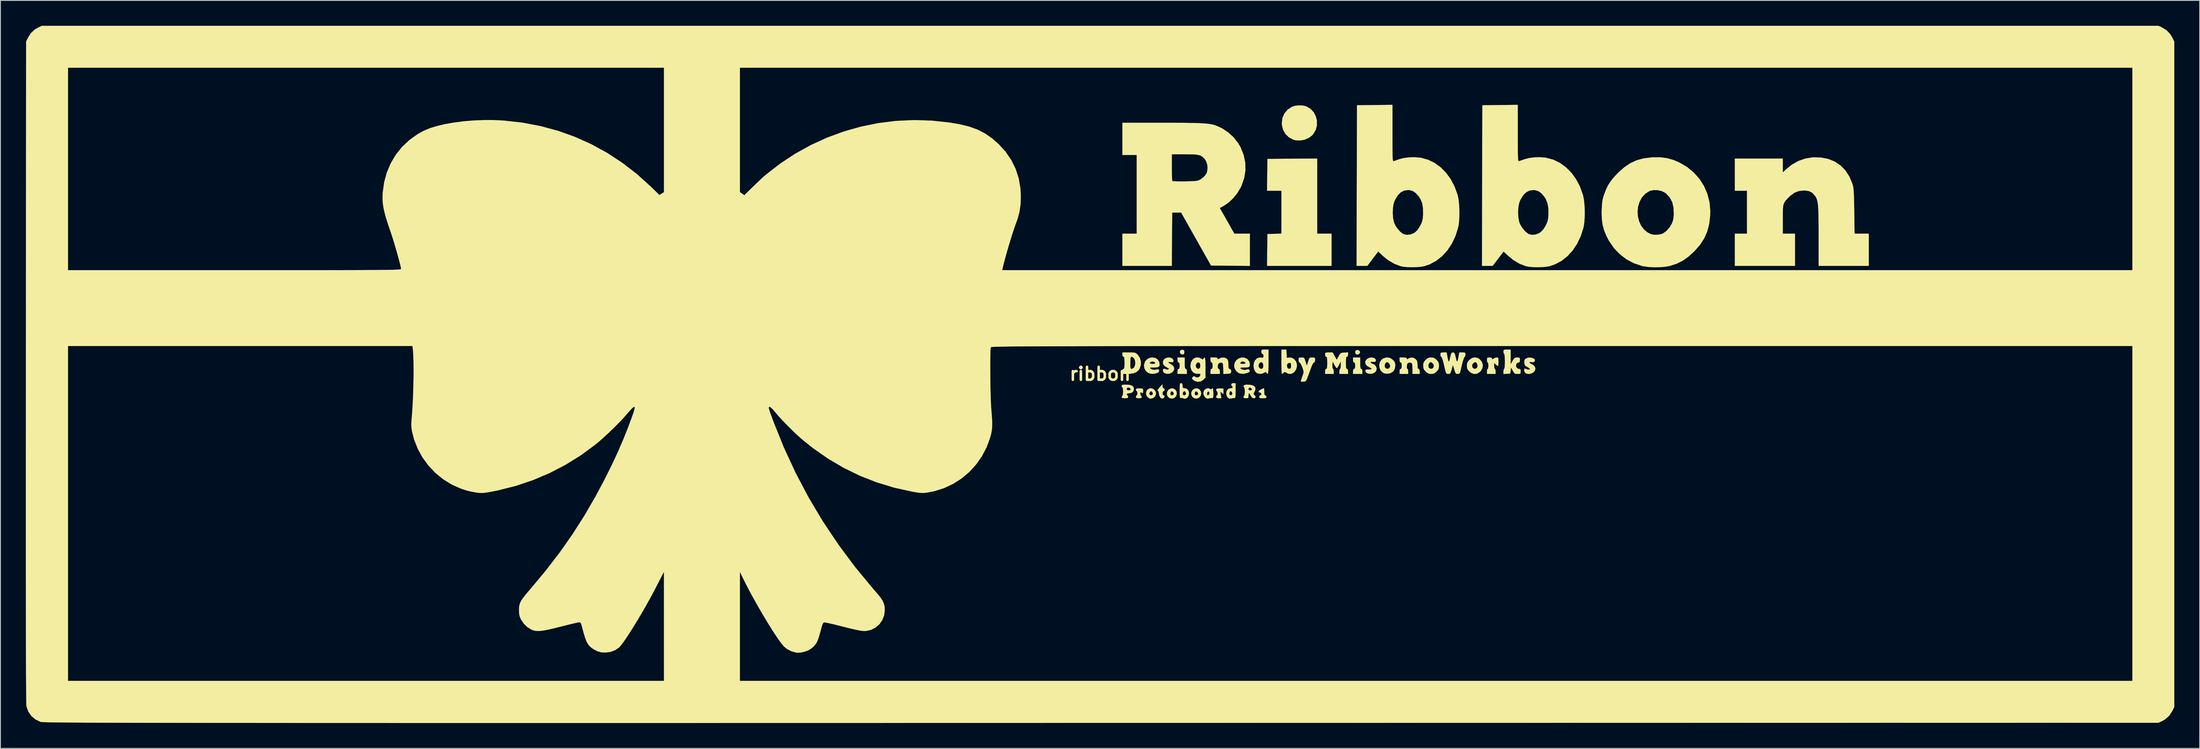
<source format=kicad_pcb>
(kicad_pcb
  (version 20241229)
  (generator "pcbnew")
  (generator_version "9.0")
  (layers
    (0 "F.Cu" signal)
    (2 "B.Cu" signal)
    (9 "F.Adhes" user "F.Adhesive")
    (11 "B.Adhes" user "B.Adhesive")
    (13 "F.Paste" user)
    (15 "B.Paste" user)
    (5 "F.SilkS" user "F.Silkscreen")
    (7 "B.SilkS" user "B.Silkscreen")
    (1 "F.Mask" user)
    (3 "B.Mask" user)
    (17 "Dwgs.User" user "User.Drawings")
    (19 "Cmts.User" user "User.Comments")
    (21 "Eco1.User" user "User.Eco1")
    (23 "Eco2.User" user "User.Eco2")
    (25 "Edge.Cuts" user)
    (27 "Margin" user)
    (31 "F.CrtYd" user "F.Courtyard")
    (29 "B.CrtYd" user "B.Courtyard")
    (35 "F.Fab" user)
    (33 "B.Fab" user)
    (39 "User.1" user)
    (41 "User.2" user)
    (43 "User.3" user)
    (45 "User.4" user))
  (footprint "ribbon"
    (layer "F.Cu")
    (at 126.995 41.195)
    (property "Reference" "ribbon" (at 0 0 0) (layer "F.SilkS") (effects (font (size 1.524 1.524) (thickness 0.3))))
    (attr through_hole)
    (fp_poly (pts (xy 30.593 -2.779) (xy 30.704 -2.641) (xy 30.689 -2.47) (xy 30.655 -2.42) (xy 30.49 -2.309) (xy 30.309 -2.298) (xy 30.182 -2.389) (xy 30.174 -2.408) (xy 30.145 -2.636) (xy 30.237 -2.792) (xy 30.387 -2.836) (xy 30.593 -2.779)) (stroke (width 0.01) (type solid)) (fill yes) (layer "F.SilkS"))
    (fp_poly (pts (xy 9.885 -2.814) (xy 9.944 -2.684) (xy 9.948 -2.582) (xy 9.916 -2.388) (xy 9.802 -2.309) (xy 9.772 -2.303) (xy 9.58 -2.338) (xy 9.489 -2.405) (xy 9.413 -2.596) (xy 9.469 -2.766) (xy 9.628 -2.86) (xy 9.723 -2.862) (xy 9.885 -2.814)) (stroke (width 0.01) (type solid)) (fill yes) (layer "F.SilkS"))
    (fp_poly (pts (xy 25.654 -16.595) (xy 27.347 -16.595) (xy 27.347 -12.785) (xy 19.724 -12.785) (xy 19.747 -14.668) (xy 19.77 -16.552) (xy 20.595 -16.577) (xy 21.421 -16.601) (xy 21.421 -21.675) (xy 19.724 -21.675) (xy 19.747 -23.558) (xy 19.77 -25.442) (xy 25.654 -25.487) (xy 25.654 -16.595)) (stroke (width 0.01) (type solid)) (fill yes) (layer "F.SilkS"))
    (fp_poly (pts (xy 14.139 1.719) (xy 14.563 1.726) (xy 14.563 2.397) (xy 14.382 2.236) (xy 14.201 2.074) (xy 14.26 2.477) (xy 14.319 2.879) (xy 14.018 2.879) (xy 13.811 2.86) (xy 13.727 2.789) (xy 13.716 2.709) (xy 13.751 2.572) (xy 13.801 2.54) (xy 13.865 2.468) (xy 13.885 2.333) (xy 13.854 2.154) (xy 13.801 2.074) (xy 13.728 1.954) (xy 13.716 1.867) (xy 13.742 1.775) (xy 13.849 1.73) (xy 14.075 1.719) (xy 14.139 1.719)) (stroke (width 0.01) (type solid)) (fill yes) (layer "F.SilkS"))
    (fp_poly (pts (xy 9.991 -1.27) (xy 9.997 -0.922) (xy 10.018 -0.714) (xy 10.061 -0.614) (xy 10.118 -0.593) (xy 10.212 -0.528) (xy 10.244 -0.323) (xy 10.245 -0.296) (xy 10.245 0) (xy 9.144 0) (xy 9.144 -0.296) (xy 9.172 -0.516) (xy 9.259 -0.592) (xy 9.271 -0.593) (xy 9.355 -0.643) (xy 9.393 -0.812) (xy 9.398 -0.974) (xy 9.381 -1.225) (xy 9.325 -1.339) (xy 9.271 -1.355) (xy 9.177 -1.419) (xy 9.144 -1.624) (xy 9.144 -1.651) (xy 9.144 -1.947) (xy 9.991 -1.947) (xy 9.991 -1.27)) (stroke (width 0.01) (type solid)) (fill yes) (layer "F.SilkS"))
    (fp_poly (pts (xy 30.734 -1.27) (xy 30.74 -0.922) (xy 30.762 -0.714) (xy 30.805 -0.614) (xy 30.861 -0.593) (xy 30.955 -0.528) (xy 30.988 -0.323) (xy 30.988 -0.296) (xy 30.988 0) (xy 29.887 0) (xy 29.887 -0.296) (xy 29.915 -0.516) (xy 30.003 -0.592) (xy 30.014 -0.593) (xy 30.098 -0.643) (xy 30.136 -0.812) (xy 30.141 -0.974) (xy 30.125 -1.225) (xy 30.068 -1.339) (xy 30.014 -1.355) (xy 29.92 -1.419) (xy 29.888 -1.624) (xy 29.887 -1.651) (xy 29.887 -1.947) (xy 30.734 -1.947) (xy 30.734 -1.27)) (stroke (width 0.01) (type solid)) (fill yes) (layer "F.SilkS"))
    (fp_poly (pts (xy 8.846 1.827) (xy 9.009 2.052) (xy 9.059 2.315) (xy 8.987 2.608) (xy 8.797 2.818) (xy 8.532 2.917) (xy 8.239 2.877) (xy 8.011 2.707) (xy 7.894 2.454) (xy 7.896 2.333) (xy 8.297 2.333) (xy 8.339 2.496) (xy 8.469 2.54) (xy 8.633 2.482) (xy 8.693 2.406) (xy 8.683 2.257) (xy 8.587 2.12) (xy 8.457 2.054) (xy 8.39 2.069) (xy 8.318 2.19) (xy 8.297 2.333) (xy 7.896 2.333) (xy 7.898 2.173) (xy 8.032 1.917) (xy 8.07 1.877) (xy 8.336 1.722) (xy 8.608 1.711) (xy 8.846 1.827)) (stroke (width 0.01) (type solid)) (fill yes) (layer "F.SilkS"))
    (fp_poly (pts (xy 11.725 1.827) (xy 11.888 2.052) (xy 11.938 2.315) (xy 11.865 2.608) (xy 11.676 2.818) (xy 11.411 2.917) (xy 11.118 2.877) (xy 10.89 2.707) (xy 10.773 2.454) (xy 10.775 2.333) (xy 11.176 2.333) (xy 11.217 2.496) (xy 11.348 2.54) (xy 11.512 2.482) (xy 11.571 2.406) (xy 11.562 2.257) (xy 11.466 2.12) (xy 11.335 2.054) (xy 11.269 2.069) (xy 11.197 2.19) (xy 11.176 2.333) (xy 10.775 2.333) (xy 10.777 2.173) (xy 10.911 1.917) (xy 10.949 1.877) (xy 11.214 1.722) (xy 11.487 1.711) (xy 11.725 1.827)) (stroke (width 0.01) (type solid)) (fill yes) (layer "F.SilkS"))
    (fp_poly (pts (xy 23.93 -31.758) (xy 24.334 -31.67) (xy 24.398 -31.644) (xy 24.871 -31.355) (xy 25.236 -30.961) (xy 25.485 -30.491) (xy 25.614 -29.973) (xy 25.617 -29.437) (xy 25.487 -28.912) (xy 25.219 -28.426) (xy 25.073 -28.25) (xy 24.681 -27.941) (xy 24.193 -27.729) (xy 23.662 -27.624) (xy 23.139 -27.64) (xy 22.828 -27.72) (xy 22.305 -27.999) (xy 21.899 -28.393) (xy 21.621 -28.884) (xy 21.485 -29.455) (xy 21.472 -29.708) (xy 21.552 -30.305) (xy 21.783 -30.828) (xy 22.157 -31.267) (xy 22.648 -31.6) (xy 23.015 -31.722) (xy 23.467 -31.775) (xy 23.93 -31.758)) (stroke (width 0.01) (type solid)) (fill yes) (layer "F.SilkS"))
    (fp_poly (pts (xy 7.364 1.46) (xy 7.406 1.646) (xy 7.493 1.693) (xy 7.596 1.764) (xy 7.62 1.863) (xy 7.567 2.001) (xy 7.493 2.032) (xy 7.392 2.108) (xy 7.366 2.286) (xy 7.404 2.488) (xy 7.493 2.54) (xy 7.602 2.593) (xy 7.605 2.713) (xy 7.507 2.842) (xy 7.453 2.878) (xy 7.298 2.917) (xy 7.149 2.83) (xy 7.114 2.796) (xy 6.974 2.548) (xy 6.943 2.328) (xy 6.921 2.132) (xy 6.869 2.035) (xy 6.858 2.032) (xy 6.777 1.983) (xy 6.83 1.837) (xy 7.015 1.601) (xy 7.067 1.544) (xy 7.361 1.228) (xy 7.364 1.46)) (stroke (width 0.01) (type solid)) (fill yes) (layer "F.SilkS"))
    (fp_poly (pts (xy 6.306 1.802) (xy 6.487 1.98) (xy 6.588 2.21) (xy 6.581 2.464) (xy 6.456 2.693) (xy 6.219 2.871) (xy 5.954 2.925) (xy 5.842 2.902) (xy 5.588 2.734) (xy 5.443 2.483) (xy 5.428 2.293) (xy 5.799 2.293) (xy 5.837 2.452) (xy 5.977 2.538) (xy 6.011 2.54) (xy 6.168 2.471) (xy 6.217 2.398) (xy 6.207 2.225) (xy 6.141 2.126) (xy 6.025 2.039) (xy 5.922 2.087) (xy 5.881 2.126) (xy 5.799 2.293) (xy 5.428 2.293) (xy 5.42 2.198) (xy 5.53 1.929) (xy 5.588 1.863) (xy 5.828 1.715) (xy 6.077 1.705) (xy 6.306 1.802)) (stroke (width 0.01) (type solid)) (fill yes) (layer "F.SilkS"))
    (fp_poly (pts (xy 19.372 1.77) (xy 19.386 1.964) (xy 19.389 2.117) (xy 19.402 2.383) (xy 19.449 2.513) (xy 19.516 2.54) (xy 19.619 2.611) (xy 19.643 2.709) (xy 19.62 2.811) (xy 19.526 2.862) (xy 19.317 2.878) (xy 19.219 2.879) (xy 18.965 2.87) (xy 18.839 2.832) (xy 18.798 2.748) (xy 18.796 2.709) (xy 18.849 2.571) (xy 18.923 2.54) (xy 19.026 2.469) (xy 19.05 2.371) (xy 18.99 2.229) (xy 18.881 2.201) (xy 18.737 2.162) (xy 18.727 2.064) (xy 18.841 1.937) (xy 19.011 1.836) (xy 19.211 1.745) (xy 19.336 1.696) (xy 19.349 1.693) (xy 19.372 1.77)) (stroke (width 0.01) (type solid)) (fill yes) (layer "F.SilkS"))
    (fp_poly (pts (xy 4.657 1.713) (xy 4.907 1.723) (xy 5.032 1.761) (xy 5.075 1.856) (xy 5.08 2.004) (xy 5.056 2.22) (xy 4.979 2.278) (xy 4.843 2.184) (xy 4.769 2.145) (xy 4.743 2.247) (xy 4.741 2.306) (xy 4.77 2.492) (xy 4.826 2.582) (xy 4.904 2.705) (xy 4.911 2.757) (xy 4.848 2.843) (xy 4.646 2.877) (xy 4.572 2.879) (xy 4.35 2.864) (xy 4.253 2.807) (xy 4.233 2.709) (xy 4.269 2.572) (xy 4.318 2.54) (xy 4.377 2.466) (xy 4.403 2.289) (xy 4.403 2.286) (xy 4.378 2.108) (xy 4.319 2.032) (xy 4.318 2.032) (xy 4.249 1.961) (xy 4.233 1.867) (xy 4.256 1.769) (xy 4.351 1.722) (xy 4.56 1.711) (xy 4.657 1.713)) (stroke (width 0.01) (type solid)) (fill yes) (layer "F.SilkS"))
    (fp_poly (pts (xy 34.22 -1.905) (xy 34.557 -1.696) (xy 34.595 -1.659) (xy 34.78 -1.445) (xy 34.864 -1.241) (xy 34.883 -0.983) (xy 34.812 -0.58) (xy 34.61 -0.275) (xy 34.289 -0.085) (xy 34.033 -0.031) (xy 33.673 -0.042) (xy 33.428 -0.14) (xy 33.164 -0.397) (xy 33.017 -0.723) (xy 33.005 -0.862) (xy 33.628 -0.862) (xy 33.714 -0.694) (xy 33.912 -0.599) (xy 34.12 -0.645) (xy 34.201 -0.715) (xy 34.278 -0.924) (xy 34.224 -1.153) (xy 34.067 -1.328) (xy 33.915 -1.402) (xy 33.8 -1.357) (xy 33.75 -1.31) (xy 33.634 -1.1) (xy 33.628 -0.862) (xy 33.005 -0.862) (xy 32.987 -1.077) (xy 33.073 -1.416) (xy 33.274 -1.699) (xy 33.457 -1.828) (xy 33.849 -1.949) (xy 34.22 -1.905)) (stroke (width 0.01) (type solid)) (fill yes) (layer "F.SilkS"))
    (fp_poly (pts (xy 13.327 1.759) (xy 13.367 1.987) (xy 13.377 2.277) (xy 13.374 2.584) (xy 13.354 2.758) (xy 13.307 2.836) (xy 13.221 2.854) (xy 13.187 2.853) (xy 12.946 2.875) (xy 12.807 2.909) (xy 12.633 2.92) (xy 12.454 2.807) (xy 12.405 2.761) (xy 12.234 2.491) (xy 12.213 2.315) (xy 12.63 2.315) (xy 12.631 2.484) (xy 12.704 2.531) (xy 12.757 2.525) (xy 12.885 2.424) (xy 12.912 2.285) (xy 12.869 2.114) (xy 12.774 2.074) (xy 12.677 2.158) (xy 12.63 2.315) (xy 12.213 2.315) (xy 12.2 2.196) (xy 12.306 1.927) (xy 12.361 1.863) (xy 12.58 1.728) (xy 12.82 1.7) (xy 13.012 1.785) (xy 13.114 1.832) (xy 13.161 1.785) (xy 13.258 1.691) (xy 13.327 1.759)) (stroke (width 0.01) (type solid)) (fill yes) (layer "F.SilkS"))
    (fp_poly (pts (xy 44.669 -1.862) (xy 44.866 -1.729) (xy 45.123 -1.416) (xy 45.228 -1.06) (xy 45.183 -0.693) (xy 44.986 -0.349) (xy 44.874 -0.233) (xy 44.544 -0.031) (xy 44.196 0.008) (xy 43.852 -0.116) (xy 43.637 -0.288) (xy 43.452 -0.501) (xy 43.369 -0.703) (xy 43.349 -0.974) (xy 43.353 -1.023) (xy 43.957 -1.023) (xy 43.986 -0.796) (xy 44.119 -0.644) (xy 44.305 -0.594) (xy 44.498 -0.676) (xy 44.518 -0.694) (xy 44.61 -0.892) (xy 44.589 -1.131) (xy 44.482 -1.31) (xy 44.359 -1.399) (xy 44.231 -1.368) (xy 44.165 -1.328) (xy 44.013 -1.164) (xy 43.957 -1.023) (xy 43.353 -1.023) (xy 43.37 -1.25) (xy 43.455 -1.451) (xy 43.637 -1.659) (xy 43.967 -1.89) (xy 44.318 -1.958) (xy 44.669 -1.862)) (stroke (width 0.01) (type solid)) (fill yes) (layer "F.SilkS"))
    (fp_poly (pts (xy 8.376 -1.899) (xy 8.577 -1.774) (xy 8.666 -1.602) (xy 8.66 -1.523) (xy 8.602 -1.41) (xy 8.476 -1.384) (xy 8.329 -1.405) (xy 8.117 -1.421) (xy 8.054 -1.373) (xy 8.138 -1.276) (xy 8.342 -1.159) (xy 8.62 -0.959) (xy 8.747 -0.715) (xy 8.718 -0.453) (xy 8.529 -0.202) (xy 8.487 -0.167) (xy 8.196 -0.031) (xy 7.867 -0.013) (xy 7.575 -0.118) (xy 7.565 -0.124) (xy 7.45 -0.262) (xy 7.413 -0.424) (xy 7.445 -0.559) (xy 7.542 -0.614) (xy 7.624 -0.591) (xy 7.818 -0.524) (xy 8.004 -0.514) (xy 8.117 -0.559) (xy 8.128 -0.592) (xy 8.057 -0.675) (xy 7.883 -0.776) (xy 7.831 -0.799) (xy 7.561 -0.98) (xy 7.426 -1.215) (xy 7.417 -1.465) (xy 7.524 -1.696) (xy 7.739 -1.868) (xy 8.053 -1.946) (xy 8.104 -1.947) (xy 8.376 -1.899)) (stroke (width 0.01) (type solid)) (fill yes) (layer "F.SilkS"))
    (fp_poly (pts (xy 32.314 -1.906) (xy 32.502 -1.802) (xy 32.587 -1.639) (xy 32.583 -1.561) (xy 32.531 -1.455) (xy 32.401 -1.419) (xy 32.217 -1.427) (xy 32.011 -1.438) (xy 31.944 -1.413) (xy 31.985 -1.335) (xy 31.997 -1.321) (xy 32.141 -1.209) (xy 32.226 -1.185) (xy 32.408 -1.112) (xy 32.571 -0.93) (xy 32.67 -0.699) (xy 32.681 -0.599) (xy 32.607 -0.337) (xy 32.41 -0.142) (xy 32.13 -0.03) (xy 31.807 -0.018) (xy 31.513 -0.105) (xy 31.36 -0.248) (xy 31.344 -0.375) (xy 31.384 -0.485) (xy 31.492 -0.528) (xy 31.717 -0.524) (xy 31.729 -0.523) (xy 31.977 -0.531) (xy 32.083 -0.587) (xy 32.037 -0.676) (xy 31.856 -0.77) (xy 31.542 -0.947) (xy 31.362 -1.174) (xy 31.325 -1.422) (xy 31.438 -1.664) (xy 31.55 -1.772) (xy 31.795 -1.899) (xy 32.064 -1.941) (xy 32.314 -1.906)) (stroke (width 0.01) (type solid)) (fill yes) (layer "F.SilkS"))
    (fp_poly (pts (xy 39.375 -1.921) (xy 39.581 -1.819) (xy 39.759 -1.659) (xy 39.944 -1.446) (xy 40.028 -1.244) (xy 40.047 -0.974) (xy 40.027 -0.698) (xy 39.941 -0.496) (xy 39.759 -0.288) (xy 39.538 -0.099) (xy 39.328 -0.015) (xy 39.116 0) (xy 38.857 -0.026) (xy 38.651 -0.129) (xy 38.473 -0.288) (xy 38.288 -0.501) (xy 38.204 -0.703) (xy 38.193 -0.862) (xy 38.792 -0.862) (xy 38.879 -0.694) (xy 39.076 -0.599) (xy 39.285 -0.645) (xy 39.366 -0.715) (xy 39.443 -0.924) (xy 39.389 -1.153) (xy 39.232 -1.328) (xy 39.08 -1.402) (xy 38.965 -1.357) (xy 38.914 -1.31) (xy 38.799 -1.1) (xy 38.792 -0.862) (xy 38.193 -0.862) (xy 38.185 -0.974) (xy 38.205 -1.25) (xy 38.291 -1.451) (xy 38.473 -1.659) (xy 38.694 -1.848) (xy 38.904 -1.932) (xy 39.116 -1.947) (xy 39.375 -1.921)) (stroke (width 0.01) (type solid)) (fill yes) (layer "F.SilkS"))
    (fp_poly (pts (xy 16.002 1.981) (xy 16 2.374) (xy 15.991 2.628) (xy 15.968 2.773) (xy 15.924 2.839) (xy 15.853 2.856) (xy 15.812 2.856) (xy 15.599 2.874) (xy 15.494 2.901) (xy 15.303 2.919) (xy 15.24 2.905) (xy 15.026 2.743) (xy 14.915 2.459) (xy 14.911 2.415) (xy 15.266 2.415) (xy 15.282 2.455) (xy 15.409 2.537) (xy 15.551 2.491) (xy 15.613 2.402) (xy 15.609 2.238) (xy 15.518 2.087) (xy 15.405 2.032) (xy 15.325 2.103) (xy 15.27 2.258) (xy 15.266 2.415) (xy 14.911 2.415) (xy 14.901 2.283) (xy 14.966 1.971) (xy 15.147 1.768) (xy 15.429 1.693) (xy 15.437 1.693) (xy 15.618 1.652) (xy 15.663 1.566) (xy 15.618 1.454) (xy 15.579 1.439) (xy 15.51 1.368) (xy 15.494 1.27) (xy 15.534 1.146) (xy 15.682 1.102) (xy 15.748 1.101) (xy 16.002 1.101) (xy 16.002 1.981)) (stroke (width 0.01) (type solid)) (fill yes) (layer "F.SilkS"))
    (fp_poly (pts (xy 50.975 -1.917) (xy 51.177 -1.849) (xy 51.347 -1.75) (xy 51.384 -1.634) (xy 51.341 -1.487) (xy 51.259 -1.397) (xy 51.084 -1.391) (xy 51.002 -1.404) (xy 50.788 -1.418) (xy 50.721 -1.366) (xy 50.804 -1.271) (xy 50.976 -1.183) (xy 51.203 -1.044) (xy 51.367 -0.876) (xy 51.444 -0.634) (xy 51.385 -0.402) (xy 51.22 -0.203) (xy 50.981 -0.06) (xy 50.701 0.006) (xy 50.41 -0.029) (xy 50.271 -0.091) (xy 50.154 -0.246) (xy 50.123 -0.431) (xy 50.136 -0.6) (xy 50.197 -0.635) (xy 50.286 -0.596) (xy 50.485 -0.526) (xy 50.673 -0.513) (xy 50.788 -0.558) (xy 50.8 -0.592) (xy 50.73 -0.677) (xy 50.556 -0.788) (xy 50.483 -0.825) (xy 50.274 -0.943) (xy 50.177 -1.082) (xy 50.14 -1.315) (xy 50.139 -1.326) (xy 50.141 -1.575) (xy 50.209 -1.728) (xy 50.306 -1.812) (xy 50.616 -1.932) (xy 50.975 -1.917)) (stroke (width 0.01) (type solid)) (fill yes) (layer "F.SilkS"))
    (fp_poly (pts (xy 22.056 -1.905) (xy 22.36 -1.932) (xy 22.634 -1.911) (xy 22.88 -1.776) (xy 22.929 -1.736) (xy 23.148 -1.469) (xy 23.248 -1.164) (xy 23.246 -0.846) (xy 23.156 -0.544) (xy 22.994 -0.284) (xy 22.775 -0.094) (xy 22.515 -0.001) (xy 22.228 -0.031) (xy 22.027 -0.135) (xy 21.875 -0.223) (xy 21.766 -0.203) (xy 21.684 -0.135) (xy 21.546 -0.03) (xy 21.477 0) (xy 21.459 -0.08) (xy 21.443 -0.302) (xy 21.43 -0.638) (xy 21.423 -1.061) (xy 21.423 -1.064) (xy 22.077 -1.064) (xy 22.095 -0.816) (xy 22.108 -0.777) (xy 22.221 -0.626) (xy 22.373 -0.608) (xy 22.498 -0.652) (xy 22.553 -0.77) (xy 22.564 -0.974) (xy 22.552 -1.192) (xy 22.497 -1.289) (xy 22.371 -1.312) (xy 22.362 -1.312) (xy 22.172 -1.243) (xy 22.077 -1.064) (xy 21.423 -1.064) (xy 21.421 -1.439) (xy 21.421 -2.879) (xy 22.005 -2.879) (xy 22.056 -1.905)) (stroke (width 0.01) (type solid)) (fill yes) (layer "F.SilkS"))
    (fp_poly (pts (xy 9.684 1.134) (xy 9.731 1.263) (xy 9.737 1.397) (xy 9.751 1.596) (xy 9.823 1.678) (xy 9.978 1.693) (xy 10.249 1.766) (xy 10.43 1.97) (xy 10.499 2.28) (xy 10.499 2.298) (xy 10.444 2.592) (xy 10.3 2.811) (xy 10.102 2.927) (xy 9.882 2.91) (xy 9.821 2.879) (xy 9.635 2.832) (xy 9.546 2.844) (xy 9.48 2.85) (xy 9.437 2.801) (xy 9.412 2.669) (xy 9.401 2.427) (xy 9.4 2.261) (xy 9.763 2.261) (xy 9.765 2.425) (xy 9.779 2.455) (xy 9.902 2.534) (xy 9.948 2.54) (xy 10.091 2.486) (xy 10.118 2.455) (xy 10.141 2.301) (xy 10.082 2.134) (xy 9.976 2.036) (xy 9.948 2.032) (xy 9.835 2.103) (xy 9.763 2.261) (xy 9.4 2.261) (xy 9.398 2.045) (xy 9.398 1.995) (xy 9.4 1.597) (xy 9.41 1.339) (xy 9.434 1.19) (xy 9.477 1.12) (xy 9.545 1.101) (xy 9.567 1.101) (xy 9.684 1.134)) (stroke (width 0.01) (type solid)) (fill yes) (layer "F.SilkS"))
    (fp_poly (pts (xy 46.989 -1.934) (xy 47.047 -1.867) (xy 47.07 -1.707) (xy 47.075 -1.439) (xy 47.066 -1.171) (xy 47.043 -0.987) (xy 47.017 -0.931) (xy 46.92 -0.984) (xy 46.768 -1.11) (xy 46.763 -1.115) (xy 46.567 -1.3) (xy 46.567 -0.946) (xy 46.585 -0.729) (xy 46.63 -0.604) (xy 46.651 -0.593) (xy 46.707 -0.518) (xy 46.735 -0.335) (xy 46.736 -0.296) (xy 46.736 0) (xy 45.72 0) (xy 45.72 -0.296) (xy 45.741 -0.492) (xy 45.794 -0.59) (xy 45.805 -0.593) (xy 45.855 -0.668) (xy 45.885 -0.86) (xy 45.889 -0.974) (xy 45.873 -1.201) (xy 45.83 -1.337) (xy 45.805 -1.355) (xy 45.749 -1.429) (xy 45.721 -1.612) (xy 45.72 -1.651) (xy 45.733 -1.85) (xy 45.807 -1.931) (xy 45.994 -1.947) (xy 46.016 -1.947) (xy 46.232 -1.921) (xy 46.311 -1.836) (xy 46.313 -1.816) (xy 46.328 -1.731) (xy 46.404 -1.751) (xy 46.501 -1.816) (xy 46.717 -1.918) (xy 46.882 -1.947) (xy 46.989 -1.934)) (stroke (width 0.01) (type solid)) (fill yes) (layer "F.SilkS"))
    (fp_poly (pts (xy 3.505 1.303) (xy 3.792 1.406) (xy 3.946 1.585) (xy 3.979 1.777) (xy 3.912 2.057) (xy 3.716 2.23) (xy 3.423 2.286) (xy 3.206 2.315) (xy 3.133 2.406) (xy 3.133 2.413) (xy 3.178 2.526) (xy 3.217 2.54) (xy 3.286 2.611) (xy 3.302 2.709) (xy 3.277 2.815) (xy 3.174 2.865) (xy 2.948 2.879) (xy 2.921 2.879) (xy 2.666 2.861) (xy 2.552 2.802) (xy 2.54 2.757) (xy 2.592 2.613) (xy 2.625 2.582) (xy 2.672 2.475) (xy 2.703 2.254) (xy 2.709 2.069) (xy 2.695 1.816) (xy 2.687 1.778) (xy 3.133 1.778) (xy 3.186 1.914) (xy 3.33 1.947) (xy 3.505 1.928) (xy 3.578 1.897) (xy 3.607 1.779) (xy 3.517 1.666) (xy 3.354 1.609) (xy 3.335 1.609) (xy 3.174 1.652) (xy 3.133 1.778) (xy 2.687 1.778) (xy 2.659 1.649) (xy 2.625 1.609) (xy 2.556 1.538) (xy 2.54 1.439) (xy 2.558 1.346) (xy 2.636 1.295) (xy 2.814 1.274) (xy 3.071 1.27) (xy 3.505 1.303)) (stroke (width 0.01) (type solid)) (fill yes) (layer "F.SilkS"))
    (fp_poly (pts (xy 6.52 -1.882) (xy 6.784 -1.715) (xy 6.957 -1.451) (xy 6.985 -1.356) (xy 7.023 -1.073) (xy 6.973 -0.895) (xy 6.81 -0.799) (xy 6.513 -0.764) (xy 6.368 -0.762) (xy 6.073 -0.759) (xy 5.92 -0.743) (xy 5.881 -0.706) (xy 5.93 -0.638) (xy 5.945 -0.623) (xy 6.164 -0.508) (xy 6.463 -0.48) (xy 6.742 -0.534) (xy 6.892 -0.549) (xy 6.966 -0.428) (xy 6.968 -0.419) (xy 6.937 -0.259) (xy 6.777 -0.132) (xy 6.53 -0.047) (xy 6.235 -0.012) (xy 5.931 -0.037) (xy 5.658 -0.13) (xy 5.653 -0.133) (xy 5.372 -0.373) (xy 5.213 -0.698) (xy 5.185 -1.068) (xy 5.263 -1.326) (xy 5.863 -1.326) (xy 5.875 -1.24) (xy 6.043 -1.192) (xy 6.181 -1.185) (xy 6.393 -1.203) (xy 6.511 -1.249) (xy 6.519 -1.267) (xy 6.447 -1.389) (xy 6.279 -1.464) (xy 6.084 -1.466) (xy 6.011 -1.439) (xy 5.863 -1.326) (xy 5.263 -1.326) (xy 5.298 -1.44) (xy 5.334 -1.505) (xy 5.572 -1.763) (xy 5.875 -1.909) (xy 6.204 -1.948) (xy 6.52 -1.882)) (stroke (width 0.01) (type solid)) (fill yes) (layer "F.SilkS"))
    (fp_poly (pts (xy 17.031 -1.929) (xy 17.345 -1.788) (xy 17.448 -1.7) (xy 17.651 -1.398) (xy 17.69 -1.071) (xy 17.644 -0.896) (xy 17.572 -0.819) (xy 17.407 -0.777) (xy 17.115 -0.762) (xy 17.041 -0.762) (xy 16.748 -0.757) (xy 16.596 -0.736) (xy 16.559 -0.693) (xy 16.588 -0.643) (xy 16.805 -0.502) (xy 17.095 -0.463) (xy 17.323 -0.511) (xy 17.513 -0.557) (xy 17.616 -0.501) (xy 17.624 -0.49) (xy 17.685 -0.347) (xy 17.633 -0.243) (xy 17.443 -0.14) (xy 17.402 -0.123) (xy 16.968 -0.014) (xy 16.551 -0.044) (xy 16.321 -0.133) (xy 16.068 -0.354) (xy 15.891 -0.668) (xy 15.833 -0.974) (xy 15.899 -1.306) (xy 16.562 -1.306) (xy 16.572 -1.226) (xy 16.705 -1.19) (xy 16.851 -1.185) (xy 17.062 -1.204) (xy 17.179 -1.249) (xy 17.187 -1.267) (xy 17.116 -1.377) (xy 16.954 -1.462) (xy 16.779 -1.485) (xy 16.734 -1.475) (xy 16.593 -1.361) (xy 16.562 -1.306) (xy 15.899 -1.306) (xy 15.904 -1.333) (xy 16.095 -1.623) (xy 16.371 -1.83) (xy 16.694 -1.937) (xy 17.031 -1.929)) (stroke (width 0.01) (type solid)) (fill yes) (layer "F.SilkS"))
    (fp_poly (pts (xy 19.897 -1.439) (xy 19.893 -0.864) (xy 19.879 -0.447) (xy 19.853 -0.173) (xy 19.813 -0.032) (xy 19.757 -0.011) (xy 19.682 -0.098) (xy 19.658 -0.139) (xy 19.589 -0.23) (xy 19.497 -0.215) (xy 19.381 -0.139) (xy 19.102 -0.027) (xy 18.78 -0.013) (xy 18.521 -0.091) (xy 18.305 -0.307) (xy 18.172 -0.624) (xy 18.13 -0.985) (xy 18.711 -0.985) (xy 18.765 -0.77) (xy 18.895 -0.634) (xy 19.055 -0.593) (xy 19.198 -0.662) (xy 19.268 -0.798) (xy 19.284 -1.067) (xy 19.208 -1.286) (xy 19.092 -1.386) (xy 18.933 -1.369) (xy 18.792 -1.236) (xy 18.715 -1.037) (xy 18.711 -0.985) (xy 18.13 -0.985) (xy 18.129 -0.991) (xy 18.185 -1.357) (xy 18.286 -1.585) (xy 18.527 -1.838) (xy 18.846 -1.942) (xy 19.094 -1.926) (xy 19.244 -1.92) (xy 19.298 -2.011) (xy 19.304 -2.128) (xy 19.265 -2.321) (xy 19.177 -2.371) (xy 19.076 -2.446) (xy 19.05 -2.625) (xy 19.059 -2.775) (xy 19.116 -2.85) (xy 19.264 -2.876) (xy 19.473 -2.879) (xy 19.897 -2.879) (xy 19.897 -1.439)) (stroke (width 0.01) (type solid)) (fill yes) (layer "F.SilkS"))
    (fp_poly (pts (xy 3.762 -2.538) (xy 4.003 -2.522) (xy 4.165 -2.482) (xy 4.29 -2.406) (xy 4.425 -2.281) (xy 4.446 -2.26) (xy 4.688 -1.905) (xy 4.807 -1.482) (xy 4.799 -1.039) (xy 4.661 -0.627) (xy 4.552 -0.459) (xy 4.283 -0.219) (xy 3.916 -0.07) (xy 3.428 -0.005) (xy 3.22 0) (xy 2.625 0) (xy 2.625 -0.296) (xy 2.652 -0.516) (xy 2.74 -0.592) (xy 2.752 -0.593) (xy 2.815 -0.623) (xy 2.854 -0.735) (xy 2.873 -0.958) (xy 2.879 -1.312) (xy 3.556 -1.312) (xy 3.559 -0.962) (xy 3.574 -0.748) (xy 3.609 -0.637) (xy 3.67 -0.597) (xy 3.721 -0.593) (xy 3.89 -0.658) (xy 4.017 -0.781) (xy 4.123 -1.042) (xy 4.148 -1.359) (xy 4.095 -1.661) (xy 3.979 -1.863) (xy 3.802 -2.013) (xy 3.68 -2.04) (xy 3.604 -1.933) (xy 3.566 -1.68) (xy 3.556 -1.312) (xy 2.879 -1.312) (xy 2.873 -1.672) (xy 2.854 -1.892) (xy 2.814 -2.002) (xy 2.752 -2.032) (xy 2.651 -2.108) (xy 2.625 -2.286) (xy 2.625 -2.54) (xy 3.395 -2.54) (xy 3.762 -2.538)) (stroke (width 0.01) (type solid)) (fill yes) (layer "F.SilkS"))
    (fp_poly (pts (xy 36.078 -1.935) (xy 36.207 -1.889) (xy 36.237 -1.816) (xy 36.253 -1.731) (xy 36.329 -1.751) (xy 36.426 -1.816) (xy 36.732 -1.937) (xy 37.046 -1.903) (xy 37.3 -1.74) (xy 37.427 -1.578) (xy 37.49 -1.383) (xy 37.507 -1.091) (xy 37.507 -1.062) (xy 37.519 -0.78) (xy 37.558 -0.634) (xy 37.634 -0.593) (xy 37.728 -0.528) (xy 37.761 -0.323) (xy 37.761 -0.296) (xy 37.761 0) (xy 36.915 0) (xy 36.915 -0.543) (xy 36.907 -0.849) (xy 36.887 -1.098) (xy 36.863 -1.221) (xy 36.745 -1.327) (xy 36.555 -1.349) (xy 36.371 -1.281) (xy 36.339 -1.253) (xy 36.273 -1.118) (xy 36.242 -0.921) (xy 36.247 -0.729) (xy 36.291 -0.607) (xy 36.322 -0.593) (xy 36.378 -0.518) (xy 36.406 -0.335) (xy 36.407 -0.296) (xy 36.407 0) (xy 35.391 0) (xy 35.391 -0.296) (xy 35.418 -0.516) (xy 35.506 -0.592) (xy 35.518 -0.593) (xy 35.601 -0.643) (xy 35.64 -0.812) (xy 35.645 -0.974) (xy 35.628 -1.225) (xy 35.572 -1.339) (xy 35.518 -1.355) (xy 35.424 -1.419) (xy 35.391 -1.624) (xy 35.391 -1.651) (xy 35.391 -1.947) (xy 35.814 -1.947) (xy 36.078 -1.935)) (stroke (width 0.01) (type solid)) (fill yes) (layer "F.SilkS"))
    (fp_poly (pts (xy 11.752 -1.905) (xy 11.93 -1.808) (xy 12.078 -1.718) (xy 12.156 -1.732) (xy 12.207 -1.808) (xy 12.293 -1.927) (xy 12.357 -1.928) (xy 12.402 -1.8) (xy 12.43 -1.532) (xy 12.444 -1.113) (xy 12.446 -0.755) (xy 12.446 0.436) (xy 12.199 0.684) (xy 11.889 0.883) (xy 11.525 0.928) (xy 11.215 0.851) (xy 11.015 0.726) (xy 10.926 0.64) (xy 10.855 0.513) (xy 10.915 0.396) (xy 10.95 0.359) (xy 11.081 0.269) (xy 11.189 0.318) (xy 11.192 0.321) (xy 11.388 0.42) (xy 11.602 0.4) (xy 11.777 0.282) (xy 11.853 0.089) (xy 11.853 0.079) (xy 11.808 -0.02) (xy 11.648 -0.022) (xy 11.643 -0.021) (xy 11.29 -0.028) (xy 10.995 -0.179) (xy 10.782 -0.449) (xy 10.676 -0.816) (xy 10.668 -0.957) (xy 10.679 -1.025) (xy 11.286 -1.025) (xy 11.315 -0.839) (xy 11.332 -0.801) (xy 11.469 -0.633) (xy 11.633 -0.597) (xy 11.771 -0.692) (xy 11.817 -0.798) (xy 11.839 -1.064) (xy 11.778 -1.263) (xy 11.66 -1.369) (xy 11.512 -1.356) (xy 11.376 -1.221) (xy 11.286 -1.025) (xy 10.679 -1.025) (xy 10.729 -1.352) (xy 10.896 -1.663) (xy 11.14 -1.871) (xy 11.434 -1.958) (xy 11.752 -1.905)) (stroke (width 0.01) (type solid)) (fill yes) (layer "F.SilkS"))
    (fp_poly (pts (xy 17.877 1.31) (xy 18.179 1.426) (xy 18.335 1.614) (xy 18.339 1.87) (xy 18.232 2.118) (xy 18.135 2.298) (xy 18.128 2.398) (xy 18.208 2.48) (xy 18.224 2.492) (xy 18.358 2.65) (xy 18.355 2.792) (xy 18.225 2.873) (xy 18.16 2.879) (xy 17.985 2.831) (xy 17.847 2.663) (xy 17.805 2.582) (xy 17.699 2.393) (xy 17.611 2.291) (xy 17.595 2.286) (xy 17.549 2.36) (xy 17.527 2.544) (xy 17.526 2.582) (xy 17.513 2.781) (xy 17.439 2.862) (xy 17.252 2.879) (xy 17.23 2.879) (xy 17.006 2.849) (xy 16.933 2.758) (xy 16.933 2.757) (xy 16.985 2.613) (xy 17.018 2.582) (xy 17.071 2.471) (xy 17.098 2.258) (xy 17.1 2.005) (xy 17.078 1.771) (xy 17.526 1.771) (xy 17.526 1.772) (xy 17.571 1.907) (xy 17.733 1.947) (xy 17.744 1.947) (xy 17.905 1.916) (xy 17.935 1.808) (xy 17.934 1.799) (xy 17.837 1.671) (xy 17.716 1.624) (xy 17.567 1.64) (xy 17.526 1.771) (xy 17.078 1.771) (xy 17.078 1.771) (xy 17.032 1.617) (xy 17.003 1.589) (xy 16.944 1.496) (xy 16.958 1.413) (xy 17.042 1.321) (xy 17.229 1.277) (xy 17.433 1.27) (xy 17.877 1.31)) (stroke (width 0.01) (type solid)) (fill yes) (layer "F.SilkS"))
    (fp_poly (pts (xy 25.28 -1.938) (xy 25.375 -1.882) (xy 25.399 -1.735) (xy 25.4 -1.651) (xy 25.369 -1.426) (xy 25.28 -1.355) (xy 25.181 -1.282) (xy 25.07 -1.099) (xy 25.026 -0.995) (xy 24.935 -0.751) (xy 24.809 -0.407) (xy 24.669 -0.024) (xy 24.614 0.127) (xy 24.484 0.479) (xy 24.388 0.703) (xy 24.304 0.829) (xy 24.209 0.888) (xy 24.079 0.91) (xy 24.022 0.915) (xy 23.819 0.916) (xy 23.712 0.885) (xy 23.707 0.873) (xy 23.735 0.761) (xy 23.807 0.546) (xy 23.876 0.359) (xy 23.97 0.087) (xy 24.032 -0.135) (xy 24.045 -0.225) (xy 24.014 -0.417) (xy 23.935 -0.671) (xy 23.829 -0.94) (xy 23.715 -1.174) (xy 23.615 -1.324) (xy 23.568 -1.355) (xy 23.481 -1.433) (xy 23.453 -1.651) (xy 23.463 -1.841) (xy 23.527 -1.925) (xy 23.693 -1.947) (xy 23.789 -1.947) (xy 23.98 -1.94) (xy 24.094 -1.893) (xy 24.171 -1.767) (xy 24.249 -1.522) (xy 24.261 -1.482) (xy 24.338 -1.231) (xy 24.4 -1.062) (xy 24.426 -1.016) (xy 24.464 -1.09) (xy 24.531 -1.281) (xy 24.592 -1.482) (xy 24.673 -1.744) (xy 24.748 -1.883) (xy 24.855 -1.938) (xy 25.034 -1.947) (xy 25.064 -1.947) (xy 25.28 -1.938)) (stroke (width 0.01) (type solid)) (fill yes) (layer "F.SilkS"))
    (fp_poly (pts (xy 48.516 -2.011) (xy 48.519 -1.143) (xy 48.749 -1.545) (xy 48.895 -1.779) (xy 49.017 -1.899) (xy 49.168 -1.942) (xy 49.297 -1.947) (xy 49.505 -1.936) (xy 49.594 -1.873) (xy 49.614 -1.709) (xy 49.615 -1.651) (xy 49.595 -1.446) (xy 49.521 -1.364) (xy 49.448 -1.355) (xy 49.281 -1.286) (xy 49.186 -1.175) (xy 49.143 -0.95) (xy 49.223 -0.743) (xy 49.394 -0.612) (xy 49.502 -0.593) (xy 49.636 -0.568) (xy 49.691 -0.46) (xy 49.699 -0.296) (xy 49.69 -0.111) (xy 49.632 -0.025) (xy 49.476 -0.001) (xy 49.338 0) (xy 49.118 -0.011) (xy 48.979 -0.07) (xy 48.863 -0.216) (xy 48.766 -0.386) (xy 48.556 -0.773) (xy 48.514 -0.408) (xy 48.472 -0.042) (xy 48.069 -0.017) (xy 47.667 0.009) (xy 47.667 -0.292) (xy 47.688 -0.489) (xy 47.74 -0.59) (xy 47.752 -0.593) (xy 47.791 -0.673) (xy 47.819 -0.9) (xy 47.834 -1.25) (xy 47.837 -1.482) (xy 47.829 -1.889) (xy 47.807 -2.185) (xy 47.774 -2.347) (xy 47.752 -2.371) (xy 47.693 -2.444) (xy 47.667 -2.622) (xy 47.667 -2.625) (xy 47.677 -2.775) (xy 47.733 -2.85) (xy 47.882 -2.876) (xy 48.091 -2.879) (xy 48.514 -2.879) (xy 48.516 -2.011)) (stroke (width 0.01) (type solid)) (fill yes) (layer "F.SilkS"))
    (fp_poly (pts (xy 13.726 -1.935) (xy 13.855 -1.889) (xy 13.885 -1.816) (xy 13.901 -1.731) (xy 13.977 -1.751) (xy 14.074 -1.816) (xy 14.354 -1.929) (xy 14.663 -1.931) (xy 14.929 -1.826) (xy 14.986 -1.778) (xy 15.091 -1.626) (xy 15.143 -1.408) (xy 15.155 -1.111) (xy 15.163 -0.825) (xy 15.195 -0.666) (xy 15.266 -0.59) (xy 15.331 -0.567) (xy 15.459 -0.488) (xy 15.483 -0.317) (xy 15.479 -0.281) (xy 15.45 -0.141) (xy 15.374 -0.066) (xy 15.206 -0.031) (xy 15.011 -0.017) (xy 14.57 0.009) (xy 14.545 -0.652) (xy 14.529 -0.985) (xy 14.504 -1.184) (xy 14.458 -1.287) (xy 14.38 -1.33) (xy 14.325 -1.34) (xy 14.082 -1.309) (xy 13.932 -1.141) (xy 13.885 -0.879) (xy 13.915 -0.664) (xy 14.008 -0.593) (xy 14.012 -0.593) (xy 14.106 -0.528) (xy 14.139 -0.323) (xy 14.139 -0.296) (xy 14.139 0) (xy 13.039 0) (xy 13.039 -0.296) (xy 13.066 -0.516) (xy 13.154 -0.592) (xy 13.166 -0.593) (xy 13.249 -0.643) (xy 13.288 -0.812) (xy 13.293 -0.974) (xy 13.276 -1.225) (xy 13.22 -1.339) (xy 13.166 -1.355) (xy 13.072 -1.419) (xy 13.039 -1.624) (xy 13.039 -1.651) (xy 13.039 -1.947) (xy 13.462 -1.947) (xy 13.726 -1.935)) (stroke (width 0.01) (type solid)) (fill yes) (layer "F.SilkS"))
    (fp_poly (pts (xy 29.295 -2.29) (xy 29.258 -2.087) (xy 29.168 -2.032) (xy 29.104 -2.001) (xy 29.065 -1.889) (xy 29.046 -1.667) (xy 29.041 -1.312) (xy 29.046 -0.953) (xy 29.066 -0.732) (xy 29.105 -0.622) (xy 29.168 -0.593) (xy 29.262 -0.528) (xy 29.294 -0.323) (xy 29.295 -0.296) (xy 29.295 0) (xy 28.279 0) (xy 28.279 -0.296) (xy 28.3 -0.492) (xy 28.352 -0.59) (xy 28.363 -0.593) (xy 28.41 -0.669) (xy 28.439 -0.865) (xy 28.444 -1.037) (xy 28.44 -1.482) (xy 28.231 -1.079) (xy 28.103 -0.855) (xy 28 -0.709) (xy 27.959 -0.677) (xy 27.889 -0.746) (xy 27.773 -0.922) (xy 27.686 -1.078) (xy 27.474 -1.478) (xy 27.448 -1.058) (xy 27.448 -0.797) (xy 27.484 -0.636) (xy 27.511 -0.609) (xy 27.572 -0.512) (xy 27.601 -0.317) (xy 27.601 -0.289) (xy 27.601 0) (xy 26.585 0) (xy 26.585 -0.296) (xy 26.613 -0.516) (xy 26.701 -0.592) (xy 26.712 -0.593) (xy 26.776 -0.623) (xy 26.815 -0.735) (xy 26.834 -0.958) (xy 26.839 -1.312) (xy 26.834 -1.672) (xy 26.814 -1.892) (xy 26.775 -2.002) (xy 26.712 -2.032) (xy 26.612 -2.108) (xy 26.585 -2.286) (xy 26.594 -2.434) (xy 26.648 -2.509) (xy 26.79 -2.536) (xy 27.03 -2.54) (xy 27.474 -2.54) (xy 27.961 -1.673) (xy 28.183 -2.085) (xy 28.319 -2.322) (xy 28.436 -2.448) (xy 28.595 -2.502) (xy 28.85 -2.523) (xy 29.295 -2.549) (xy 29.295 -2.29)) (stroke (width 0.01) (type solid)) (fill yes) (layer "F.SilkS"))
    (fp_poly (pts (xy 85.218 -25.606) (xy 86.07 -25.434) (xy 86.836 -25.119) (xy 87.508 -24.666) (xy 88.082 -24.079) (xy 88.549 -23.363) (xy 88.904 -22.523) (xy 88.958 -22.348) (xy 88.999 -22.177) (xy 89.033 -21.955) (xy 89.06 -21.664) (xy 89.083 -21.285) (xy 89.101 -20.798) (xy 89.116 -20.183) (xy 89.129 -19.423) (xy 89.132 -19.241) (xy 89.169 -16.595) (xy 90.847 -16.595) (xy 90.847 -12.785) (xy 84.921 -12.785) (xy 84.921 -16.323) (xy 84.919 -17.286) (xy 84.915 -18.095) (xy 84.905 -18.767) (xy 84.888 -19.318) (xy 84.864 -19.764) (xy 84.829 -20.121) (xy 84.783 -20.405) (xy 84.724 -20.632) (xy 84.651 -20.819) (xy 84.561 -20.98) (xy 84.454 -21.134) (xy 84.447 -21.142) (xy 84.152 -21.445) (xy 83.805 -21.626) (xy 83.365 -21.702) (xy 83.143 -21.707) (xy 82.573 -21.641) (xy 82.067 -21.443) (xy 81.591 -21.098) (xy 81.412 -20.926) (xy 81.178 -20.687) (xy 81.001 -20.49) (xy 80.873 -20.305) (xy 80.786 -20.106) (xy 80.731 -19.863) (xy 80.702 -19.549) (xy 80.69 -19.134) (xy 80.688 -18.59) (xy 80.688 -18.309) (xy 80.687 -16.595) (xy 82.127 -16.595) (xy 82.127 -12.785) (xy 75.015 -12.785) (xy 75.015 -16.595) (xy 76.454 -16.595) (xy 76.454 -21.675) (xy 75.015 -21.675) (xy 75.015 -25.485) (xy 80.687 -25.485) (xy 80.687 -23.841) (xy 81.047 -24.188) (xy 81.75 -24.758) (xy 82.535 -25.196) (xy 83.373 -25.49) (xy 84.237 -25.627) (xy 84.286 -25.63) (xy 85.218 -25.606)) (stroke (width 0.01) (type solid)) (fill yes) (layer "F.SilkS"))
    (fp_poly (pts (xy 41.06 -1.934) (xy 41.123 -1.626) (xy 41.178 -1.475) (xy 41.235 -1.482) (xy 41.299 -1.651) (xy 41.38 -1.985) (xy 41.395 -2.053) (xy 41.462 -2.329) (xy 41.529 -2.477) (xy 41.621 -2.533) (xy 41.698 -2.54) (xy 41.816 -2.519) (xy 41.895 -2.432) (xy 41.96 -2.239) (xy 42.002 -2.053) (xy 42.086 -1.693) (xy 42.153 -1.498) (xy 42.21 -1.465) (xy 42.265 -1.592) (xy 42.326 -1.874) (xy 42.337 -1.934) (xy 42.445 -2.54) (xy 42.813 -2.54) (xy 43.042 -2.531) (xy 43.149 -2.485) (xy 43.179 -2.374) (xy 43.18 -2.317) (xy 43.139 -2.113) (xy 43.063 -1.999) (xy 42.995 -1.88) (xy 42.906 -1.636) (xy 42.811 -1.309) (xy 42.759 -1.101) (xy 42.674 -0.738) (xy 42.6 -0.426) (xy 42.547 -0.21) (xy 42.531 -0.148) (xy 42.417 -0.027) (xy 42.25 0) (xy 42.116 -0.014) (xy 42.024 -0.079) (xy 41.946 -0.234) (xy 41.855 -0.514) (xy 41.851 -0.529) (xy 41.692 -1.058) (xy 41.542 -0.529) (xy 41.456 -0.243) (xy 41.382 -0.084) (xy 41.293 -0.016) (xy 41.162 -0.000054) (xy 41.147 0) (xy 40.978 -0.023) (xy 40.883 -0.124) (xy 40.82 -0.318) (xy 40.761 -0.557) (xy 40.682 -0.893) (xy 40.597 -1.258) (xy 40.587 -1.301) (xy 40.504 -1.616) (xy 40.416 -1.863) (xy 40.342 -1.997) (xy 40.326 -2.008) (xy 40.247 -2.114) (xy 40.217 -2.295) (xy 40.229 -2.448) (xy 40.298 -2.519) (xy 40.47 -2.539) (xy 40.584 -2.54) (xy 40.952 -2.54) (xy 41.06 -1.934)) (stroke (width 0.01) (type solid)) (fill yes) (layer "F.SilkS"))
    (fp_poly (pts (xy 7.218 -29.717) (xy 8.354 -29.716) (xy 9.334 -29.712) (xy 10.174 -29.705) (xy 10.887 -29.694) (xy 11.487 -29.678) (xy 11.989 -29.656) (xy 12.407 -29.629) (xy 12.754 -29.595) (xy 13.045 -29.553) (xy 13.295 -29.503) (xy 13.517 -29.444) (xy 13.651 -29.401) (xy 14.402 -29.065) (xy 15.115 -28.589) (xy 15.755 -28.003) (xy 16.29 -27.336) (xy 16.597 -26.809) (xy 16.956 -25.905) (xy 17.147 -24.998) (xy 17.168 -24.089) (xy 17.019 -23.179) (xy 16.702 -22.27) (xy 16.587 -22.025) (xy 16.208 -21.393) (xy 15.724 -20.797) (xy 15.175 -20.28) (xy 14.623 -19.899) (xy 14.134 -19.623) (xy 14.291 -19.358) (xy 14.384 -19.195) (xy 14.544 -18.917) (xy 14.75 -18.553) (xy 14.987 -18.136) (xy 15.152 -17.843) (xy 15.857 -16.595) (xy 17.695 -16.595) (xy 17.695 -12.782) (xy 15.398 -12.804) (xy 13.101 -12.827) (xy 11.335 -15.96) (xy 9.569 -19.092) (xy 8.509 -19.092) (xy 8.487 -15.938) (xy 8.465 -12.785) (xy 2.625 -12.785) (xy 2.625 -16.595) (xy 4.318 -16.595) (xy 4.318 -25.908) (xy 2.625 -25.908) (xy 2.625 -25.993) (xy 8.467 -25.993) (xy 8.467 -24.44) (xy 8.47 -23.944) (xy 8.478 -23.507) (xy 8.49 -23.157) (xy 8.506 -22.923) (xy 8.523 -22.832) (xy 8.632 -22.806) (xy 8.875 -22.789) (xy 9.219 -22.779) (xy 9.63 -22.776) (xy 10.073 -22.78) (xy 10.515 -22.79) (xy 10.92 -22.806) (xy 11.256 -22.828) (xy 11.488 -22.854) (xy 11.542 -22.866) (xy 11.882 -23.023) (xy 12.213 -23.279) (xy 12.482 -23.584) (xy 12.62 -23.849) (xy 12.697 -24.291) (xy 12.662 -24.751) (xy 12.523 -25.168) (xy 12.395 -25.371) (xy 12.218 -25.575) (xy 12.046 -25.73) (xy 11.851 -25.841) (xy 11.606 -25.915) (xy 11.285 -25.961) (xy 10.861 -25.984) (xy 10.307 -25.992) (xy 10.013 -25.993) (xy 8.467 -25.993) (xy 2.625 -25.993) (xy 2.625 -29.718) (xy 7.218 -29.717)) (stroke (width 0.01) (type solid)) (fill yes) (layer "F.SilkS"))
    (fp_poly (pts (xy 67.009 -25.527) (xy 67.773 -25.31) (xy 68.453 -25.02) (xy 69.363 -24.487) (xy 70.156 -23.837) (xy 70.826 -23.083) (xy 71.365 -22.238) (xy 71.764 -21.315) (xy 72.017 -20.328) (xy 72.115 -19.29) (xy 72.106 -18.796) (xy 71.993 -17.782) (xy 71.759 -16.873) (xy 71.394 -16.04) (xy 70.886 -15.26) (xy 70.222 -14.504) (xy 70.192 -14.474) (xy 69.511 -13.859) (xy 68.832 -13.386) (xy 68.118 -13.033) (xy 67.342 -12.782) (xy 66.785 -12.681) (xy 66.127 -12.627) (xy 65.43 -12.62) (xy 64.755 -12.661) (xy 64.165 -12.748) (xy 64.05 -12.774) (xy 63.091 -13.096) (xy 62.208 -13.565) (xy 61.414 -14.171) (xy 60.718 -14.905) (xy 60.133 -15.758) (xy 59.824 -16.354) (xy 59.567 -16.991) (xy 59.396 -17.618) (xy 59.302 -18.283) (xy 59.276 -19.038) (xy 59.281 -19.247) (xy 63.518 -19.247) (xy 63.552 -18.655) (xy 63.688 -18.083) (xy 63.925 -17.556) (xy 64.263 -17.098) (xy 64.7 -16.735) (xy 65.099 -16.537) (xy 65.46 -16.464) (xy 65.887 -16.467) (xy 66.298 -16.539) (xy 66.529 -16.627) (xy 66.932 -16.916) (xy 67.299 -17.333) (xy 67.54 -17.727) (xy 67.667 -18.017) (xy 67.745 -18.323) (xy 67.79 -18.711) (xy 67.8 -18.889) (xy 67.776 -19.657) (xy 67.619 -20.32) (xy 67.33 -20.878) (xy 66.91 -21.33) (xy 66.706 -21.48) (xy 66.328 -21.653) (xy 65.873 -21.747) (xy 65.409 -21.754) (xy 65.001 -21.671) (xy 64.916 -21.636) (xy 64.425 -21.317) (xy 64.04 -20.894) (xy 63.762 -20.391) (xy 63.588 -19.834) (xy 63.518 -19.247) (xy 59.281 -19.247) (xy 59.285 -19.42) (xy 59.308 -19.92) (xy 59.34 -20.304) (xy 59.392 -20.624) (xy 59.47 -20.932) (xy 59.582 -21.273) (xy 59.812 -21.869) (xy 60.066 -22.379) (xy 60.376 -22.85) (xy 60.77 -23.328) (xy 61.214 -23.794) (xy 61.928 -24.437) (xy 62.649 -24.926) (xy 63.408 -25.277) (xy 64.239 -25.504) (xy 65.173 -25.62) (xy 65.322 -25.629) (xy 66.21 -25.63) (xy 67.009 -25.527)) (stroke (width 0.01) (type solid)) (fill yes) (layer "F.SilkS"))
    (fp_poly (pts (xy 34.544 -28.482) (xy 34.544 -27.639) (xy 34.546 -26.951) (xy 34.549 -26.402) (xy 34.555 -25.976) (xy 34.564 -25.659) (xy 34.577 -25.436) (xy 34.595 -25.29) (xy 34.618 -25.208) (xy 34.647 -25.174) (xy 34.682 -25.172) (xy 34.692 -25.175) (xy 34.848 -25.228) (xy 35.102 -25.318) (xy 35.348 -25.406) (xy 35.873 -25.543) (xy 36.495 -25.622) (xy 37.153 -25.64) (xy 37.784 -25.592) (xy 37.911 -25.573) (xy 38.739 -25.349) (xy 39.517 -24.973) (xy 40.232 -24.456) (xy 40.873 -23.811) (xy 41.428 -23.05) (xy 41.884 -22.185) (xy 42.231 -21.229) (xy 42.26 -21.124) (xy 42.36 -20.624) (xy 42.426 -20.01) (xy 42.457 -19.336) (xy 42.454 -18.652) (xy 42.415 -18.011) (xy 42.341 -17.466) (xy 42.307 -17.314) (xy 41.992 -16.318) (xy 41.564 -15.414) (xy 41.034 -14.615) (xy 40.413 -13.933) (xy 39.711 -13.379) (xy 38.938 -12.966) (xy 38.299 -12.75) (xy 37.903 -12.679) (xy 37.403 -12.638) (xy 36.856 -12.624) (xy 36.317 -12.64) (xy 35.841 -12.684) (xy 35.527 -12.744) (xy 34.752 -13.039) (xy 34.007 -13.485) (xy 33.458 -13.931) (xy 32.861 -14.484) (xy 32.218 -13.634) (xy 31.574 -12.785) (xy 30.31 -12.785) (xy 30.324 -19.033) (xy 34.578 -19.033) (xy 34.611 -18.501) (xy 34.696 -18.033) (xy 34.739 -17.893) (xy 34.913 -17.528) (xy 35.167 -17.158) (xy 35.46 -16.83) (xy 35.753 -16.594) (xy 35.852 -16.54) (xy 36.237 -16.452) (xy 36.664 -16.495) (xy 37.082 -16.663) (xy 37.199 -16.737) (xy 37.497 -17.014) (xy 37.769 -17.418) (xy 37.842 -17.556) (xy 37.988 -17.861) (xy 38.08 -18.122) (xy 38.133 -18.401) (xy 38.162 -18.763) (xy 38.169 -18.916) (xy 38.159 -19.617) (xy 38.057 -20.202) (xy 37.854 -20.701) (xy 37.651 -21.012) (xy 37.306 -21.398) (xy 36.96 -21.637) (xy 36.581 -21.747) (xy 36.373 -21.759) (xy 35.927 -21.695) (xy 35.539 -21.498) (xy 35.196 -21.157) (xy 34.887 -20.661) (xy 34.782 -20.442) (xy 34.664 -20.06) (xy 34.596 -19.571) (xy 34.578 -19.033) (xy 30.324 -19.033) (xy 30.331 -22.288) (xy 30.353 -31.792) (xy 34.544 -31.838) (xy 34.544 -28.482)) (stroke (width 0.01) (type solid)) (fill yes) (layer "F.SilkS"))
    (fp_poly (pts (xy 49.361 -28.482) (xy 49.361 -27.639) (xy 49.363 -26.951) (xy 49.366 -26.402) (xy 49.372 -25.976) (xy 49.381 -25.659) (xy 49.394 -25.436) (xy 49.412 -25.29) (xy 49.435 -25.208) (xy 49.464 -25.174) (xy 49.499 -25.172) (xy 49.509 -25.175) (xy 49.664 -25.228) (xy 49.919 -25.318) (xy 50.165 -25.406) (xy 50.689 -25.543) (xy 51.312 -25.622) (xy 51.97 -25.64) (xy 52.601 -25.592) (xy 52.728 -25.573) (xy 53.556 -25.349) (xy 54.334 -24.973) (xy 55.049 -24.456) (xy 55.69 -23.811) (xy 56.245 -23.05) (xy 56.701 -22.185) (xy 57.047 -21.229) (xy 57.077 -21.124) (xy 57.176 -20.624) (xy 57.242 -20.01) (xy 57.274 -19.336) (xy 57.271 -18.652) (xy 57.232 -18.011) (xy 57.157 -17.466) (xy 57.124 -17.314) (xy 56.808 -16.318) (xy 56.38 -15.414) (xy 55.851 -14.615) (xy 55.23 -13.933) (xy 54.528 -13.379) (xy 53.755 -12.966) (xy 53.116 -12.75) (xy 52.719 -12.679) (xy 52.22 -12.638) (xy 51.672 -12.624) (xy 51.133 -12.64) (xy 50.658 -12.684) (xy 50.343 -12.744) (xy 49.569 -13.039) (xy 48.823 -13.485) (xy 48.275 -13.931) (xy 47.678 -14.484) (xy 47.035 -13.634) (xy 46.391 -12.785) (xy 45.127 -12.785) (xy 45.141 -19.033) (xy 49.395 -19.033) (xy 49.428 -18.501) (xy 49.513 -18.033) (xy 49.556 -17.893) (xy 49.73 -17.528) (xy 49.983 -17.158) (xy 50.277 -16.83) (xy 50.57 -16.594) (xy 50.669 -16.54) (xy 51.054 -16.452) (xy 51.481 -16.495) (xy 51.899 -16.663) (xy 52.016 -16.737) (xy 52.314 -17.014) (xy 52.585 -17.418) (xy 52.659 -17.556) (xy 52.805 -17.861) (xy 52.897 -18.122) (xy 52.949 -18.401) (xy 52.979 -18.763) (xy 52.986 -18.916) (xy 52.976 -19.617) (xy 52.873 -20.202) (xy 52.671 -20.701) (xy 52.468 -21.012) (xy 52.122 -21.398) (xy 51.776 -21.637) (xy 51.398 -21.747) (xy 51.19 -21.759) (xy 50.743 -21.695) (xy 50.355 -21.498) (xy 50.013 -21.157) (xy 49.704 -20.661) (xy 49.598 -20.442) (xy 49.481 -20.06) (xy 49.413 -19.571) (xy 49.395 -19.033) (xy 45.141 -19.033) (xy 45.148 -22.288) (xy 45.17 -31.792) (xy 49.361 -31.838) (xy 49.361 -28.482)) (stroke (width 0.01) (type solid)) (fill yes) (layer "F.SilkS"))
    (fp_poly (pts (xy 125.48 -41.012) (xy 126.044 -40.665) (xy 126.485 -40.202) (xy 126.721 -39.809) (xy 126.958 -39.328) (xy 126.958 39.412) (xy 126.721 39.893) (xy 126.365 40.439) (xy 125.887 40.867) (xy 125.48 41.097) (xy 125.095 41.275) (xy 0.127 41.293) (xy -5.428 41.294) (xy -10.817 41.295) (xy -16.042 41.296) (xy -21.104 41.296) (xy -26.008 41.297) (xy -30.755 41.298) (xy -35.348 41.298) (xy -39.789 41.299) (xy -44.082 41.299) (xy -48.228 41.3) (xy -52.23 41.3) (xy -56.091 41.3) (xy -59.813 41.3) (xy -63.399 41.301) (xy -66.851 41.301) (xy -70.172 41.301) (xy -73.364 41.3) (xy -76.431 41.3) (xy -79.374 41.3) (xy -82.196 41.3) (xy -84.899 41.299) (xy -87.487 41.299) (xy -89.961 41.298) (xy -92.325 41.297) (xy -94.581 41.297) (xy -96.73 41.296) (xy -98.777 41.295) (xy -100.723 41.293) (xy -102.571 41.292) (xy -104.324 41.291) (xy -105.983 41.289) (xy -107.553 41.288) (xy -109.034 41.286) (xy -110.43 41.284) (xy -111.744 41.282) (xy -112.977 41.28) (xy -114.132 41.278) (xy -115.213 41.276) (xy -116.221 41.273) (xy -117.158 41.271) (xy -118.029 41.268) (xy -118.834 41.265) (xy -119.577 41.262) (xy -120.261 41.259) (xy -120.887 41.255) (xy -121.458 41.252) (xy -121.977 41.248) (xy -122.446 41.244) (xy -122.869 41.24) (xy -123.246 41.236) (xy -123.582 41.232) (xy -123.878 41.227) (xy -124.138 41.223) (xy -124.363 41.218) (xy -124.556 41.213) (xy -124.72 41.207) (xy -124.857 41.202) (xy -124.97 41.196) (xy -125.062 41.191) (xy -125.134 41.185) (xy -125.19 41.179) (xy -125.232 41.172) (xy -125.262 41.166) (xy -125.279 41.161) (xy -125.863 40.875) (xy -126.34 40.468) (xy -126.695 39.957) (xy -126.911 39.36) (xy -126.916 39.338) (xy -126.924 39.246) (xy -126.931 39.043) (xy -126.938 38.728) (xy -126.945 38.298) (xy -126.951 37.75) (xy -126.957 37.083) (xy -126.962 36.292) (xy -126.966 35.376) (xy -126.971 34.333) (xy -126.975 33.159) (xy -126.978 31.853) (xy -126.981 30.411) (xy -126.983 28.832) (xy -126.986 27.112) (xy -126.987 25.25) (xy -126.989 23.242) (xy -126.989 21.087) (xy -126.99 18.781) (xy -126.99 16.322) (xy -126.99 13.708) (xy -126.989 10.936) (xy -126.988 8.003) (xy -126.986 4.908) (xy -126.984 1.647) (xy -126.983 -0.212) (xy -126.981 -3.302) (xy -122.005 -3.302) (xy -122.005 36.322) (xy -51.562 36.322) (xy -51.566 23.428) (xy -42.587 23.428) (xy -42.587 36.322) (xy 122.005 36.322) (xy 122.005 -3.302) (xy 54.565 -3.302) (xy 50.505 -3.302) (xy 46.61 -3.302) (xy 42.878 -3.302) (xy 39.305 -3.302) (xy 35.888 -3.302) (xy 32.623 -3.301) (xy 29.506 -3.301) (xy 26.534 -3.301) (xy 23.704 -3.3) (xy 21.013 -3.3) (xy 18.456 -3.299) (xy 16.03 -3.298) (xy 13.733 -3.298) (xy 11.56 -3.297) (xy 9.508 -3.295) (xy 7.573 -3.294) (xy 5.753 -3.293) (xy 4.043 -3.291) (xy 2.44 -3.29) (xy 0.941 -3.288) (xy -0.457 -3.286) (xy -1.759 -3.284) (xy -2.967 -3.281) (xy -4.086 -3.279) (xy -5.118 -3.276) (xy -6.067 -3.273) (xy -6.936 -3.27) (xy -7.73 -3.266) (xy -8.45 -3.263) (xy -9.102 -3.259) (xy -9.688 -3.255) (xy -10.211 -3.25) (xy -10.675 -3.246) (xy -11.085 -3.241) (xy -11.442 -3.236) (xy -11.75 -3.23) (xy -12.014 -3.224) (xy -12.236 -3.218) (xy -12.42 -3.212) (xy -12.569 -3.205) (xy -12.687 -3.198) (xy -12.777 -3.191) (xy -12.843 -3.183) (xy -12.888 -3.175) (xy -12.916 -3.167) (xy -12.93 -3.158) (xy -12.932 -3.154) (xy -12.954 -3.009) (xy -12.972 -2.716) (xy -12.984 -2.299) (xy -12.992 -1.777) (xy -12.996 -1.175) (xy -12.995 -0.512) (xy -12.99 0.188) (xy -12.982 0.903) (xy -12.97 1.612) (xy -12.954 2.294) (xy -12.936 2.925) (xy -12.914 3.483) (xy -12.889 3.948) (xy -12.868 4.233) (xy -12.808 4.956) (xy -12.773 5.542) (xy -12.765 6.027) (xy -12.785 6.44) (xy -12.833 6.816) (xy -12.911 7.186) (xy -12.994 7.493) (xy -13.416 8.653) (xy -13.976 9.73) (xy -14.664 10.714) (xy -15.466 11.594) (xy -16.373 12.36) (xy -17.371 13.002) (xy -18.45 13.509) (xy -19.597 13.873) (xy -20.497 14.044) (xy -20.779 14.077) (xy -21.039 14.086) (xy -21.321 14.069) (xy -21.669 14.024) (xy -22.127 13.946) (xy -22.264 13.921) (xy -24.385 13.448) (xy -26.438 12.82) (xy -28.424 12.038) (xy -30.341 11.1) (xy -32.19 10.007) (xy -33.97 8.76) (xy -35.144 7.821) (xy -35.598 7.422) (xy -36.11 6.946) (xy -36.646 6.424) (xy -37.177 5.888) (xy -37.671 5.37) (xy -38.095 4.901) (xy -38.398 4.541) (xy -38.65 4.244) (xy -38.867 4.025) (xy -39.023 3.91) (xy -39.062 3.899) (xy -39.127 3.904) (xy -39.166 3.936) (xy -39.175 4.014) (xy -39.147 4.157) (xy -39.078 4.383) (xy -38.964 4.713) (xy -38.799 5.165) (xy -38.599 5.705) (xy -37.372 8.753) (xy -35.995 11.725) (xy -34.468 14.619) (xy -32.791 17.434) (xy -30.965 20.169) (xy -28.992 22.822) (xy -26.872 25.392) (xy -26.432 25.894) (xy -26.038 26.366) (xy -25.76 26.77) (xy -25.583 27.142) (xy -25.488 27.516) (xy -25.46 27.93) (xy -25.46 27.94) (xy -25.537 28.564) (xy -25.757 29.129) (xy -26.1 29.617) (xy -26.546 30.006) (xy -27.075 30.278) (xy -27.667 30.411) (xy -27.898 30.422) (xy -28.188 30.398) (xy -28.614 30.325) (xy -29.183 30.203) (xy -29.901 30.03) (xy -30.426 29.895) (xy -30.994 29.751) (xy -31.514 29.623) (xy -31.962 29.519) (xy -32.313 29.443) (xy -32.544 29.402) (xy -32.621 29.396) (xy -32.701 29.431) (xy -32.774 29.526) (xy -32.851 29.708) (xy -32.942 30.003) (xy -33.059 30.437) (xy -33.059 30.438) (xy -33.217 31.011) (xy -33.364 31.45) (xy -33.519 31.789) (xy -33.698 32.06) (xy -33.921 32.296) (xy -34.206 32.53) (xy -34.21 32.533) (xy -34.561 32.731) (xy -35.001 32.884) (xy -35.46 32.974) (xy -35.867 32.983) (xy -35.926 32.975) (xy -36.524 32.809) (xy -37.053 32.527) (xy -37.408 32.222) (xy -37.67 31.905) (xy -37.997 31.457) (xy -38.378 30.896) (xy -38.801 30.242) (xy -39.255 29.514) (xy -39.728 28.731) (xy -40.209 27.912) (xy -40.686 27.077) (xy -41.147 26.245) (xy -41.582 25.435) (xy -41.978 24.666) (xy -42.129 24.362) (xy -42.587 23.428) (xy -51.566 23.428) (xy -51.566 23.41) (xy -52.523 25.273) (xy -52.916 26.021) (xy -53.34 26.799) (xy -53.785 27.591) (xy -54.24 28.379) (xy -54.695 29.145) (xy -55.139 29.873) (xy -55.56 30.543) (xy -55.948 31.139) (xy -56.293 31.644) (xy -56.584 32.038) (xy -56.809 32.306) (xy -56.862 32.359) (xy -57.33 32.684) (xy -57.89 32.893) (xy -58.501 32.968) (xy -58.509 32.968) (xy -58.986 32.938) (xy -59.398 32.828) (xy -59.815 32.617) (xy -60.01 32.491) (xy -60.234 32.323) (xy -60.422 32.133) (xy -60.587 31.899) (xy -60.738 31.598) (xy -60.885 31.209) (xy -61.04 30.709) (xy -61.212 30.074) (xy -61.298 29.739) (xy -61.379 29.501) (xy -61.479 29.395) (xy -61.564 29.379) (xy -61.692 29.4) (xy -61.959 29.457) (xy -62.341 29.546) (xy -62.813 29.66) (xy -63.351 29.793) (xy -63.783 29.903) (xy -64.553 30.096) (xy -65.183 30.242) (xy -65.693 30.344) (xy -66.107 30.403) (xy -66.444 30.421) (xy -66.727 30.402) (xy -66.978 30.347) (xy -67.218 30.258) (xy -67.238 30.249) (xy -67.713 29.956) (xy -68.138 29.54) (xy -68.467 29.048) (xy -68.493 28.995) (xy -68.614 28.693) (xy -68.677 28.377) (xy -68.697 27.973) (xy -68.697 27.94) (xy -68.689 27.641) (xy -68.654 27.377) (xy -68.58 27.127) (xy -68.453 26.865) (xy -68.261 26.568) (xy -67.989 26.212) (xy -67.626 25.774) (xy -67.277 25.367) (xy -65.501 23.235) (xy -63.868 21.106) (xy -62.355 18.946) (xy -60.938 16.721) (xy -59.595 14.397) (xy -58.538 12.404) (xy -57.749 10.818) (xy -57.044 9.309) (xy -56.401 7.824) (xy -55.796 6.31) (xy -55.324 5.043) (xy -55.146 4.528) (xy -55.043 4.165) (xy -55.019 3.951) (xy -55.076 3.884) (xy -55.218 3.963) (xy -55.449 4.185) (xy -55.772 4.549) (xy -55.899 4.699) (xy -56.324 5.182) (xy -56.849 5.736) (xy -57.437 6.329) (xy -58.055 6.927) (xy -58.668 7.496) (xy -59.243 8.004) (xy -59.647 8.34) (xy -61.367 9.61) (xy -63.18 10.74) (xy -65.075 11.725) (xy -67.047 12.563) (xy -69.086 13.248) (xy -71.184 13.779) (xy -71.929 13.927) (xy -72.423 14.014) (xy -72.797 14.066) (xy -73.094 14.086) (xy -73.36 14.078) (xy -73.601 14.051) (xy -74.176 13.959) (xy -74.662 13.853) (xy -75.143 13.713) (xy -75.614 13.549) (xy -76.686 13.07) (xy -77.684 12.447) (xy -78.595 11.698) (xy -79.406 10.838) (xy -80.103 9.882) (xy -80.672 8.845) (xy -81.102 7.744) (xy -81.326 6.869) (xy -81.388 6.53) (xy -81.421 6.233) (xy -81.427 5.924) (xy -81.408 5.549) (xy -81.372 5.125) (xy -81.314 4.414) (xy -81.264 3.615) (xy -81.224 2.754) (xy -81.193 1.859) (xy -81.171 0.956) (xy -81.16 0.073) (xy -81.159 -0.763) (xy -81.169 -1.526) (xy -81.191 -2.188) (xy -81.224 -2.722) (xy -81.247 -2.942) (xy -81.29 -3.302) (xy -122.005 -3.302) (xy -126.981 -3.302) (xy -126.96 -36.237) (xy -122.005 -36.237) (xy -122.005 -12.277) (xy -102.32 -12.277) (xy -100.166 -12.277) (xy -98.176 -12.277) (xy -96.342 -12.277) (xy -94.658 -12.278) (xy -93.118 -12.278) (xy -91.715 -12.279) (xy -90.443 -12.281) (xy -89.296 -12.282) (xy -88.266 -12.285) (xy -87.349 -12.287) (xy -86.536 -12.291) (xy -85.823 -12.294) (xy -85.202 -12.299) (xy -84.667 -12.304) (xy -84.212 -12.31) (xy -83.83 -12.317) (xy -83.516 -12.324) (xy -83.261 -12.333) (xy -83.061 -12.343) (xy -82.908 -12.353) (xy -82.797 -12.365) (xy -82.72 -12.377) (xy -82.672 -12.391) (xy -82.646 -12.406) (xy -82.636 -12.423) (xy -82.635 -12.434) (xy -82.659 -12.592) (xy -82.725 -12.886) (xy -82.827 -13.286) (xy -82.956 -13.767) (xy -83.104 -14.301) (xy -83.265 -14.86) (xy -83.43 -15.419) (xy -83.592 -15.949) (xy -83.742 -16.424) (xy -83.871 -16.806) (xy -84.17 -17.683) (xy -84.407 -18.431) (xy -84.585 -19.075) (xy -84.711 -19.641) (xy -84.789 -20.155) (xy -84.824 -20.643) (xy -84.823 -21.13) (xy -84.807 -21.427) (xy -84.639 -22.661) (xy -84.321 -23.831) (xy -83.857 -24.927) (xy -83.255 -25.938) (xy -82.521 -26.856) (xy -81.661 -27.669) (xy -80.683 -28.369) (xy -79.968 -28.767) (xy -79.261 -29.065) (xy -78.413 -29.329) (xy -77.445 -29.556) (xy -76.384 -29.744) (xy -75.253 -29.889) (xy -74.075 -29.988) (xy -72.875 -30.038) (xy -71.678 -30.036) (xy -70.507 -29.979) (xy -70.485 -29.977) (xy -68.289 -29.73) (xy -66.154 -29.325) (xy -64.082 -28.763) (xy -62.076 -28.046) (xy -60.139 -27.175) (xy -58.273 -26.151) (xy -56.481 -24.975) (xy -54.765 -23.648) (xy -53.129 -22.172) (xy -53.082 -22.127) (xy -52.105 -21.173) (xy -51.562 -21.503) (xy -51.562 -36.237) (xy -42.587 -36.237) (xy -42.587 -21.517) (xy -42.327 -21.331) (xy -42.066 -21.146) (xy -41.036 -22.155) (xy -40.649 -22.529) (xy -40.26 -22.897) (xy -39.904 -23.227) (xy -39.614 -23.488) (xy -39.497 -23.589) (xy -37.801 -24.902) (xy -36.023 -26.071) (xy -34.17 -27.095) (xy -32.253 -27.97) (xy -30.28 -28.694) (xy -28.26 -29.265) (xy -26.203 -29.681) (xy -24.119 -29.939) (xy -22.015 -30.036) (xy -19.902 -29.971) (xy -17.788 -29.741) (xy -16.626 -29.543) (xy -15.512 -29.274) (xy -14.519 -28.917) (xy -13.617 -28.453) (xy -12.772 -27.868) (xy -12.003 -27.192) (xy -11.181 -26.286) (xy -10.511 -25.306) (xy -9.995 -24.256) (xy -9.634 -23.139) (xy -9.429 -21.958) (xy -9.379 -20.997) (xy -9.416 -20.047) (xy -9.539 -19.195) (xy -9.755 -18.384) (xy -9.877 -18.042) (xy -10.08 -17.479) (xy -10.31 -16.794) (xy -10.554 -16.027) (xy -10.8 -15.22) (xy -11.034 -14.416) (xy -11.244 -13.655) (xy -11.419 -12.98) (xy -11.47 -12.764) (xy -11.584 -12.277) (xy 122.005 -12.277) (xy 122.005 -36.237) (xy -42.587 -36.237) (xy -51.562 -36.237) (xy -122.005 -36.237) (xy -126.96 -36.237) (xy -126.958 -39.328) (xy -126.721 -39.809) (xy -126.365 -40.354) (xy -125.887 -40.782) (xy -125.48 -41.012) (xy -125.095 -41.19) (xy 125.095 -41.19) (xy 125.48 -41.012)) (stroke (width 0.01) (type solid)) (fill yes) (layer "F.SilkS")))
  (gr_rect
    (start -3 -3)
    (end 256.958 85.501)
    (stroke (width 0.1) (type default))
    (fill no)
    (layer "Edge.Cuts")))
</source>
